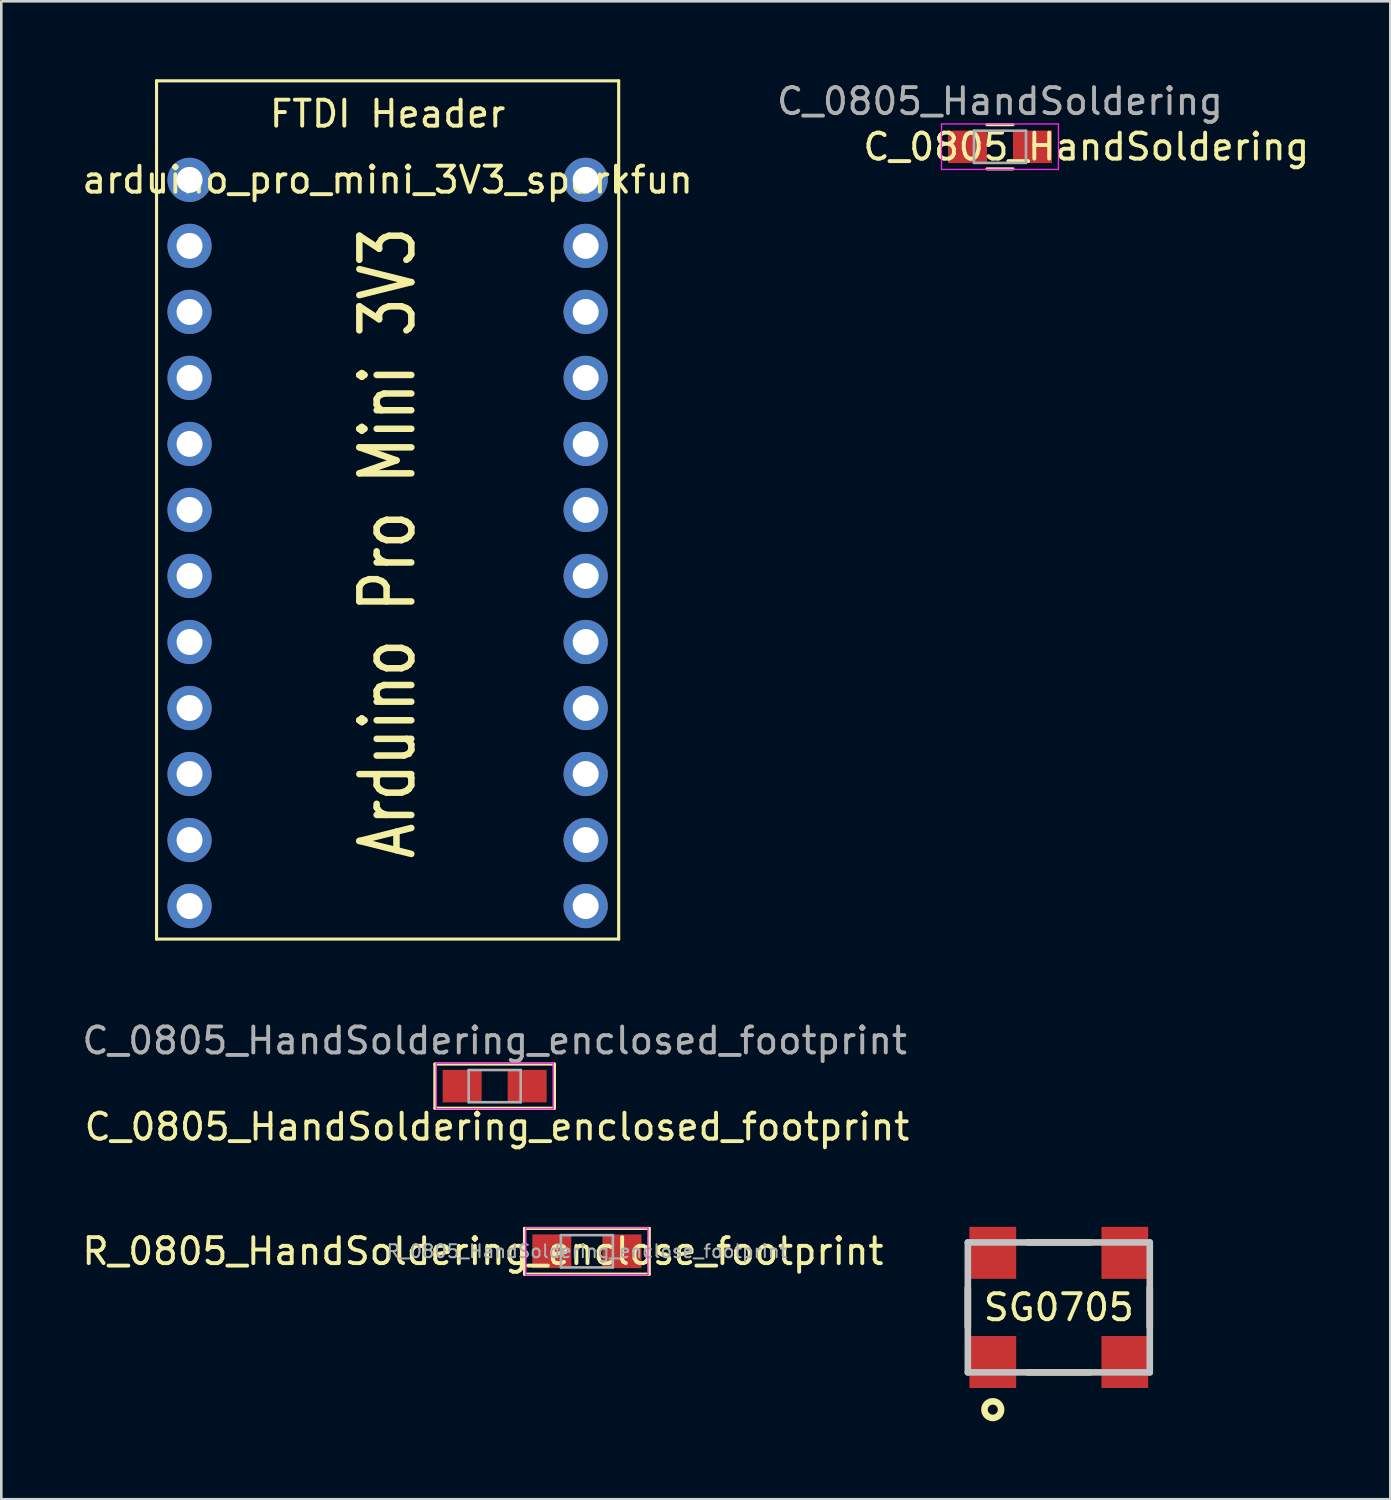
<source format=kicad_pcb>
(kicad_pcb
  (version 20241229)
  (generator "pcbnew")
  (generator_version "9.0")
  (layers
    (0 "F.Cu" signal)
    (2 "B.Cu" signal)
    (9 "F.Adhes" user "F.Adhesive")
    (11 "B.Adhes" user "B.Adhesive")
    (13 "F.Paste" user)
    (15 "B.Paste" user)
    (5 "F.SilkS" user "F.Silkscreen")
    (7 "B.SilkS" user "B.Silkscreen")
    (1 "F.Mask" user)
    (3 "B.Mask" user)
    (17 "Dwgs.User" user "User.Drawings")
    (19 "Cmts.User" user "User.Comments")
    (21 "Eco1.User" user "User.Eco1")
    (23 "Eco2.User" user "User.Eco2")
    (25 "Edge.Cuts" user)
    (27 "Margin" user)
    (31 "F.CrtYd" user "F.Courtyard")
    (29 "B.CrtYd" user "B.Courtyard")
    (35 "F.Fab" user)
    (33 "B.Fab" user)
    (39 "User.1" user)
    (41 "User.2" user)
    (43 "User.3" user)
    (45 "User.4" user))
  (footprint "C_0805_HandSoldering"
    (layer "F.Cu")
    (at 35.423 2.598)
    (property "Reference" "C_0805_HandSoldering" (at 3.322 0 0) (layer "F.SilkS") (effects (font (size 1 1) (thickness 0.15))))
    (attr smd)
    (fp_line (start -0.5 0.85) (end 0.5 0.85) (stroke (width 0.12) (type solid)) (layer "F.SilkS"))
    (fp_line (start 0.5 -0.85) (end -0.5 -0.85) (stroke (width 0.12) (type solid)) (layer "F.SilkS"))
    (fp_line (start -2.25 -0.88) (end -2.25 0.87) (stroke (width 0.05) (type solid)) (layer "F.CrtYd"))
    (fp_line (start -2.25 -0.88) (end 2.25 -0.88) (stroke (width 0.05) (type solid)) (layer "F.CrtYd"))
    (fp_line (start 2.25 0.87) (end -2.25 0.87) (stroke (width 0.05) (type solid)) (layer "F.CrtYd"))
    (fp_line (start 2.25 0.87) (end 2.25 -0.88) (stroke (width 0.05) (type solid)) (layer "F.CrtYd"))
    (fp_line (start -1 -0.62) (end 1 -0.62) (stroke (width 0.1) (type solid)) (layer "F.Fab"))
    (fp_line (start -1 0.62) (end -1 -0.62) (stroke (width 0.1) (type solid)) (layer "F.Fab"))
    (fp_line (start 1 -0.62) (end 1 0.62) (stroke (width 0.1) (type solid)) (layer "F.Fab"))
    (fp_line (start 1 0.62) (end -1 0.62) (stroke (width 0.1) (type solid)) (layer "F.Fab"))
    (fp_text user "${REFERENCE}" (at 0 -1.75 0) (layer "F.Fab") (effects (font (size 1 1) (thickness 0.15))))
    (pad "1" smd rect (at -1.25 0) (size 1.5 1.25) (layers "F.Cu" "F.Mask" "F.Paste"))
    (pad "2" smd rect (at 1.25 0) (size 1.5 1.25) (layers "F.Cu" "F.Mask" "F.Paste")))
  (footprint "SG0705"
    (layer "F.Cu")
    (at 37.687 47.252)
    (property "Reference" "SG0705" (at 0 0 0) (layer "F.SilkS") (effects (font (size 1 1) (thickness 0.15))))
    (attr smd)
    (fp_line (start -3.5 -0.75) (end -3.5 0.75) (stroke (width 0.254) (type solid)) (layer "F.SilkS"))
    (fp_line (start -1.2 -2.5) (end 1.2 -2.5) (stroke (width 0.254) (type solid)) (layer "F.SilkS"))
    (fp_line (start -1.2 2.5) (end 1.2 2.5) (stroke (width 0.254) (type solid)) (layer "F.SilkS"))
    (fp_line (start 3.5 -0.75) (end 3.5 0.75) (stroke (width 0.254) (type solid)) (layer "F.SilkS"))
    (fp_circle (center -2.54 3.933) (end -2.22 3.933) (stroke (width 0.254) (type solid)) (fill no) (layer "F.SilkS"))
    (fp_line (start -3.5 -2.5) (end -3.5 2.5) (stroke (width 0.254) (type solid)) (layer "Dwgs.User"))
    (fp_line (start -3.5 -2.5) (end 3.5 -2.5) (stroke (width 0.254) (type solid)) (layer "Dwgs.User"))
    (fp_line (start -3.5 2.5) (end 3.5 2.5) (stroke (width 0.254) (type solid)) (layer "Dwgs.User"))
    (fp_line (start 3.5 -2.5) (end 3.5 2.5) (stroke (width 0.254) (type solid)) (layer "Dwgs.User"))
    (pad "1" smd rect (at -2.54 2.1) (size 1.8 2) (layers "F.Cu" "F.Mask" "F.Paste"))
    (pad "2" smd rect (at 2.54 2.1) (size 1.8 2) (layers "F.Cu" "F.Mask" "F.Paste"))
    (pad "3" smd rect (at 2.54 -2.1) (size 1.8 2) (layers "F.Cu" "F.Mask" "F.Paste"))
    (pad "4" smd rect (at -2.54 -2.1) (size 1.8 2) (layers "F.Cu" "F.Mask" "F.Paste")))
  (footprint "arduino_pro_mini_3V3_sparkfun"
    (layer "F.Cu")
    (at 4.243 3.87)
    (property "Reference" "arduino_pro_mini_3V3_sparkfun" (at 7.62 0 0) (layer "F.SilkS") (effects (font (size 1 1) (thickness 0.15))))
    (attr through_hole)
    (fp_line (start -1.27 -3.81) (end 16.51 -3.81) (stroke (width 0.12) (type solid)) (layer "F.SilkS"))
    (fp_line (start -1.27 -1.27) (end -1.27 -3.81) (stroke (width 0.12) (type solid)) (layer "F.SilkS"))
    (fp_line (start -1.27 0) (end -1.27 -1.27) (stroke (width 0.12) (type solid)) (layer "F.SilkS"))
    (fp_line (start -1.27 29.21) (end -1.27 0) (stroke (width 0.12) (type solid)) (layer "F.SilkS"))
    (fp_line (start 16.51 -3.81) (end 16.51 29.21) (stroke (width 0.12) (type solid)) (layer "F.SilkS"))
    (fp_line (start 16.51 29.21) (end -1.27 29.21) (stroke (width 0.12) (type solid)) (layer "F.SilkS"))
    (fp_text user "Arduino Pro Mini 3V3" (at 7.62 13.97 90) (layer "F.SilkS") (effects (font (size 2 1.5) (thickness 0.25))))
    (fp_text user "FTDI Header" (at 7.62 -2.54 0) (layer "F.SilkS") (effects (font (size 1 1) (thickness 0.15))))
    (pad "1" thru_hole circle (at 0 0) (size 1.7 1.7) (drill 1) (layers "*.Cu" "*.Mask"))
    (pad "2" thru_hole circle (at 0 2.54) (size 1.7 1.7) (drill 1) (layers "*.Cu" "*.Mask"))
    (pad "3" thru_hole circle (at 0 5.08) (size 1.7 1.7) (drill 1) (layers "*.Cu" "*.Mask"))
    (pad "4" thru_hole circle (at 0 7.62) (size 1.7 1.7) (drill 1) (layers "*.Cu" "*.Mask"))
    (pad "5" thru_hole circle (at 0 10.16) (size 1.7 1.7) (drill 1) (layers "*.Cu" "*.Mask"))
    (pad "6" thru_hole circle (at 0 12.7) (size 1.7 1.7) (drill 1) (layers "*.Cu" "*.Mask"))
    (pad "7" thru_hole circle (at 0 15.24) (size 1.7 1.7) (drill 1) (layers "*.Cu" "*.Mask"))
    (pad "8" thru_hole circle (at 0 17.78) (size 1.7 1.7) (drill 1) (layers "*.Cu" "*.Mask"))
    (pad "9" thru_hole circle (at 0 20.32) (size 1.7 1.7) (drill 1) (layers "*.Cu" "*.Mask"))
    (pad "10" thru_hole circle (at 0 22.86) (size 1.7 1.7) (drill 1) (layers "*.Cu" "*.Mask"))
    (pad "11" thru_hole circle (at 0 25.4) (size 1.7 1.7) (drill 1) (layers "*.Cu" "*.Mask"))
    (pad "12" thru_hole circle (at 0 27.94) (size 1.7 1.7) (drill 1) (layers "*.Cu" "*.Mask"))
    (pad "13" thru_hole circle (at 15.24 27.94) (size 1.7 1.7) (drill 1) (layers "*.Cu" "*.Mask"))
    (pad "14" thru_hole circle (at 15.24 25.4) (size 1.7 1.7) (drill 1) (layers "*.Cu" "*.Mask"))
    (pad "15" thru_hole circle (at 15.24 22.86) (size 1.7 1.7) (drill 1) (layers "*.Cu" "*.Mask"))
    (pad "16" thru_hole circle (at 15.24 20.32) (size 1.7 1.7) (drill 1) (layers "*.Cu" "*.Mask"))
    (pad "17" thru_hole circle (at 15.24 17.78) (size 1.7 1.7) (drill 1) (layers "*.Cu" "*.Mask"))
    (pad "18" thru_hole circle (at 15.24 15.24) (size 1.7 1.7) (drill 1) (layers "*.Cu" "*.Mask"))
    (pad "19" thru_hole circle (at 15.24 12.7) (size 1.7 1.7) (drill 1) (layers "*.Cu" "*.Mask"))
    (pad "20" thru_hole circle (at 15.24 10.16) (size 1.7 1.7) (drill 1) (layers "*.Cu" "*.Mask"))
    (pad "21" thru_hole circle (at 15.24 7.62) (size 1.7 1.7) (drill 1) (layers "*.Cu" "*.Mask"))
    (pad "22" thru_hole circle (at 15.24 5.08) (size 1.7 1.7) (drill 1) (layers "*.Cu" "*.Mask"))
    (pad "23" thru_hole circle (at 15.24 2.54) (size 1.7 1.7) (drill 1) (layers "*.Cu" "*.Mask"))
    (pad "24" thru_hole circle (at 15.24 0) (size 1.7 1.7) (drill 1) (layers "*.Cu" "*.Mask")))
  (footprint "C_0805_HandSoldering_enclosed_footprint"
    (layer "F.Cu")
    (at 15.982 38.738)
    (property "Reference" "C_0805_HandSoldering_enclosed_footprint" (at 0.088 1.566 0) (layer "F.SilkS") (effects (font (size 1 1) (thickness 0.15))))
    (attr smd)
    (fp_line (start -2.3 -0.85) (end -2.3 0.85) (stroke (width 0.12) (type solid)) (layer "F.SilkS"))
    (fp_line (start -2.3 0.85) (end 2.3 0.85) (stroke (width 0.12) (type solid)) (layer "F.SilkS"))
    (fp_line (start 2.3 -0.85) (end -2.3 -0.85) (stroke (width 0.12) (type solid)) (layer "F.SilkS"))
    (fp_line (start 2.3 -0.85) (end 2.3 0.85) (stroke (width 0.12) (type solid)) (layer "F.SilkS"))
    (fp_line (start -2.25 -0.88) (end -2.25 0.87) (stroke (width 0.05) (type solid)) (layer "F.CrtYd"))
    (fp_line (start -2.25 -0.88) (end 2.25 -0.88) (stroke (width 0.05) (type solid)) (layer "F.CrtYd"))
    (fp_line (start 2.25 0.87) (end -2.25 0.87) (stroke (width 0.05) (type solid)) (layer "F.CrtYd"))
    (fp_line (start 2.25 0.87) (end 2.25 -0.88) (stroke (width 0.05) (type solid)) (layer "F.CrtYd"))
    (fp_line (start -1 -0.62) (end 1 -0.62) (stroke (width 0.1) (type solid)) (layer "F.Fab"))
    (fp_line (start -1 0.62) (end -1 -0.62) (stroke (width 0.1) (type solid)) (layer "F.Fab"))
    (fp_line (start 1 -0.62) (end 1 0.62) (stroke (width 0.1) (type solid)) (layer "F.Fab"))
    (fp_line (start 1 0.62) (end -1 0.62) (stroke (width 0.1) (type solid)) (layer "F.Fab"))
    (fp_text user "${REFERENCE}" (at 0 -1.75 0) (layer "F.Fab") (effects (font (size 1 1) (thickness 0.15))))
    (pad "1" smd rect (at -1.25 0) (size 1.5 1.25) (layers "F.Cu" "F.Mask" "F.Paste"))
    (pad "2" smd rect (at 1.25 0) (size 1.5 1.25) (layers "F.Cu" "F.Mask" "F.Paste")))
  (footprint "R_0805_HandSoldering_enclose_footprint"
    (layer "F.Cu")
    (at 19.53 45.093)
    (property "Reference" "R_0805_HandSoldering_enclose_footprint" (at -4 0 0) (layer "F.SilkS") (effects (font (size 1 1) (thickness 0.15))))
    (attr smd)
    (fp_line (start -2.4 -0.88) (end -2.4 0.88) (stroke (width 0.12) (type solid)) (layer "F.SilkS"))
    (fp_line (start -2.4 -0.88) (end 2.4 -0.88) (stroke (width 0.12) (type solid)) (layer "F.SilkS"))
    (fp_line (start 2.4 -0.88) (end 2.4 0.88) (stroke (width 0.12) (type solid)) (layer "F.SilkS"))
    (fp_line (start 2.4 0.88) (end -2.4 0.88) (stroke (width 0.12) (type solid)) (layer "F.SilkS"))
    (fp_line (start -2.35 -0.9) (end -2.35 0.9) (stroke (width 0.05) (type solid)) (layer "F.CrtYd"))
    (fp_line (start -2.35 -0.9) (end 2.35 -0.9) (stroke (width 0.05) (type solid)) (layer "F.CrtYd"))
    (fp_line (start 2.35 0.9) (end -2.35 0.9) (stroke (width 0.05) (type solid)) (layer "F.CrtYd"))
    (fp_line (start 2.35 0.9) (end 2.35 -0.9) (stroke (width 0.05) (type solid)) (layer "F.CrtYd"))
    (fp_line (start -1 -0.62) (end 1 -0.62) (stroke (width 0.1) (type solid)) (layer "F.Fab"))
    (fp_line (start -1 0.62) (end -1 -0.62) (stroke (width 0.1) (type solid)) (layer "F.Fab"))
    (fp_line (start 1 -0.62) (end 1 0.62) (stroke (width 0.1) (type solid)) (layer "F.Fab"))
    (fp_line (start 1 0.62) (end -1 0.62) (stroke (width 0.1) (type solid)) (layer "F.Fab"))
    (fp_text user "${REFERENCE}" (at 0 0 0) (layer "F.Fab") (effects (font (size 0.5 0.5) (thickness 0.075))))
    (pad "1" smd rect (at -1.35 0) (size 1.5 1.3) (layers "F.Cu" "F.Mask" "F.Paste"))
    (pad "2" smd rect (at 1.35 0) (size 1.5 1.3) (layers "F.Cu" "F.Mask" "F.Paste")))
  (gr_rect
    (start -3 -3)
    (end 50.441 54.633)
    (stroke (width 0.1) (type default))
    (fill no)
    (layer "Edge.Cuts")))
</source>
